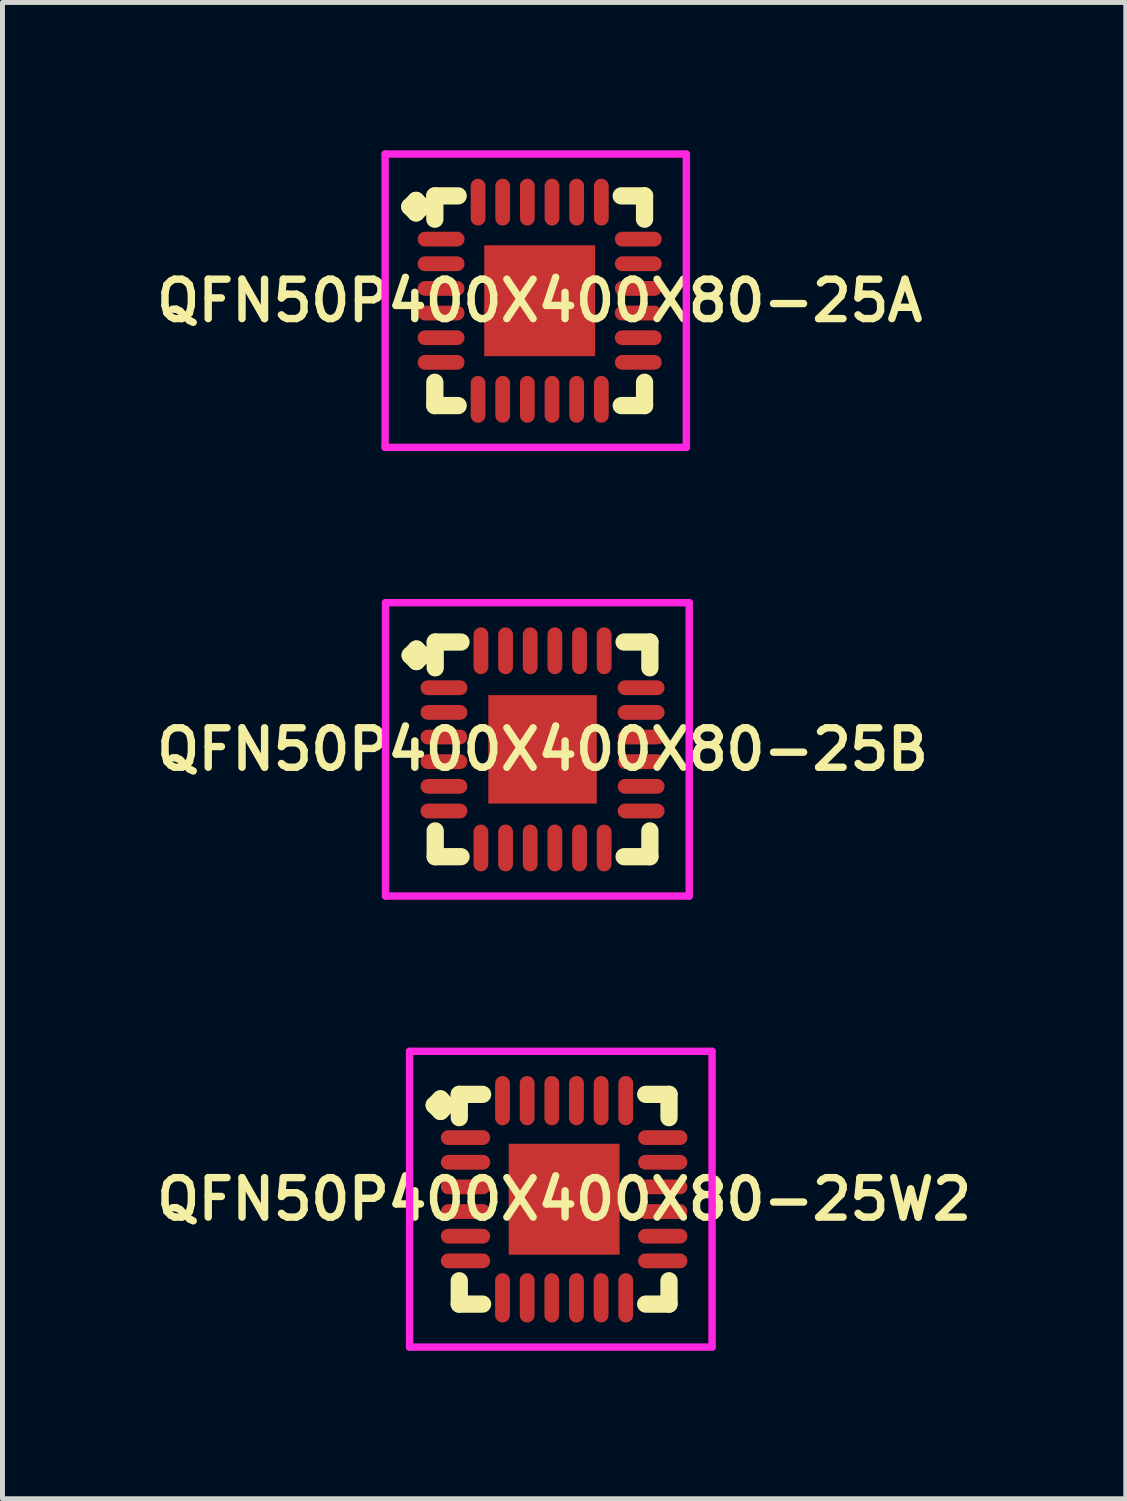
<source format=kicad_pcb>
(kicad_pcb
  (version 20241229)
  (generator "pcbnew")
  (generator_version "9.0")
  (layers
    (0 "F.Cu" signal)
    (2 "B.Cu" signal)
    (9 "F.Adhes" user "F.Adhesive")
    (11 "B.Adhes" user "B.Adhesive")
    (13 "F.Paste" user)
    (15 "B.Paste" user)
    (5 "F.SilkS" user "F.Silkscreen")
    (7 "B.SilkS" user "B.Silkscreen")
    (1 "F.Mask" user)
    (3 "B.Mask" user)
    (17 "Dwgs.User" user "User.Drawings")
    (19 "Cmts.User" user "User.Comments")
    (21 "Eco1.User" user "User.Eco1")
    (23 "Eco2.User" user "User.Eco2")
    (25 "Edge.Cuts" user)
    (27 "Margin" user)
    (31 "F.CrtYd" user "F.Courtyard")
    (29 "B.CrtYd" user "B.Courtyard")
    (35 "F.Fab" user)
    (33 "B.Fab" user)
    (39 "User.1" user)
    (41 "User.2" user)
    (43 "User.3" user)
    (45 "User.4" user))
  (footprint "QFN50P400X400X80-25B"
    (layer "F.Cu")
    (at 7.955 12.15)
    (property "Reference" "QFN50P400X400X80-25B" (at 0 0 0) (layer "F.SilkS") (effects (font (size 0.8 0.8) (thickness 0.15))))
    (attr smd)
    (fp_line (start -2.685 -1.908) (end -2.558 -2.035) (stroke (width 0.35) (type solid)) (layer "F.SilkS"))
    (fp_line (start -2.558 -2.035) (end -2.431 -1.908) (stroke (width 0.35) (type solid)) (layer "F.SilkS"))
    (fp_line (start -2.558 -1.781) (end -2.685 -1.908) (stroke (width 0.35) (type solid)) (layer "F.SilkS"))
    (fp_line (start -2.431 -1.908) (end -2.558 -1.781) (stroke (width 0.35) (type solid)) (layer "F.SilkS"))
    (fp_line (start -2.177 -2.177) (end -1.654 -2.177) (stroke (width 0.35) (type solid)) (layer "F.SilkS"))
    (fp_line (start -2.177 -1.654) (end -2.177 -2.177) (stroke (width 0.35) (type solid)) (layer "F.SilkS"))
    (fp_line (start -2.177 1.654) (end -2.177 2.177) (stroke (width 0.35) (type solid)) (layer "F.SilkS"))
    (fp_line (start -2.177 2.177) (end -1.654 2.177) (stroke (width 0.35) (type solid)) (layer "F.SilkS"))
    (fp_line (start 1.654 -2.177) (end 2.177 -2.177) (stroke (width 0.35) (type solid)) (layer "F.SilkS"))
    (fp_line (start 1.654 2.177) (end 2.177 2.177) (stroke (width 0.35) (type solid)) (layer "F.SilkS"))
    (fp_line (start 2.177 -2.177) (end 2.177 -1.654) (stroke (width 0.35) (type solid)) (layer "F.SilkS"))
    (fp_line (start 2.177 2.177) (end 2.177 1.654) (stroke (width 0.35) (type solid)) (layer "F.SilkS"))
    (fp_line (start -3.185 -2.975) (end 2.975 -2.975) (stroke (width 0.15) (type solid)) (layer "F.CrtYd"))
    (fp_line (start -3.185 2.975) (end -3.185 -2.975) (stroke (width 0.15) (type solid)) (layer "F.CrtYd"))
    (fp_line (start 2.975 -2.975) (end 2.975 2.975) (stroke (width 0.15) (type solid)) (layer "F.CrtYd"))
    (fp_line (start 2.975 2.975) (end -3.185 2.975) (stroke (width 0.15) (type solid)) (layer "F.CrtYd"))
    (pad "1" smd oval (at -2 -1.25) (size 0.95 0.3) (layers "F.Cu" "F.Mask" "F.Paste"))
    (pad "2" smd oval (at -2 -0.75) (size 0.95 0.3) (layers "F.Cu" "F.Mask" "F.Paste"))
    (pad "3" smd oval (at -2 -0.25) (size 0.95 0.3) (layers "F.Cu" "F.Mask" "F.Paste"))
    (pad "4" smd oval (at -2 0.25) (size 0.95 0.3) (layers "F.Cu" "F.Mask" "F.Paste"))
    (pad "5" smd oval (at -2 0.75) (size 0.95 0.3) (layers "F.Cu" "F.Mask" "F.Paste"))
    (pad "6" smd oval (at -2 1.25) (size 0.95 0.3) (layers "F.Cu" "F.Mask" "F.Paste"))
    (pad "7" smd oval (at -1.25 2) (size 0.3 0.95) (layers "F.Cu" "F.Mask" "F.Paste"))
    (pad "8" smd oval (at -0.75 2) (size 0.3 0.95) (layers "F.Cu" "F.Mask" "F.Paste"))
    (pad "9" smd oval (at -0.25 2) (size 0.3 0.95) (layers "F.Cu" "F.Mask" "F.Paste"))
    (pad "10" smd oval (at 0.25 2) (size 0.3 0.95) (layers "F.Cu" "F.Mask" "F.Paste"))
    (pad "11" smd oval (at 0.75 2) (size 0.3 0.95) (layers "F.Cu" "F.Mask" "F.Paste"))
    (pad "12" smd oval (at 1.25 2) (size 0.3 0.95) (layers "F.Cu" "F.Mask" "F.Paste"))
    (pad "13" smd oval (at 2 1.25) (size 0.95 0.3) (layers "F.Cu" "F.Mask" "F.Paste"))
    (pad "14" smd oval (at 2 0.75) (size 0.95 0.3) (layers "F.Cu" "F.Mask" "F.Paste"))
    (pad "15" smd oval (at 2 0.25) (size 0.95 0.3) (layers "F.Cu" "F.Mask" "F.Paste"))
    (pad "16" smd oval (at 2 -0.25) (size 0.95 0.3) (layers "F.Cu" "F.Mask" "F.Paste"))
    (pad "17" smd oval (at 2 -0.75) (size 0.95 0.3) (layers "F.Cu" "F.Mask" "F.Paste"))
    (pad "18" smd oval (at 2 -1.25) (size 0.95 0.3) (layers "F.Cu" "F.Mask" "F.Paste"))
    (pad "19" smd oval (at 1.25 -2) (size 0.3 0.95) (layers "F.Cu" "F.Mask" "F.Paste"))
    (pad "20" smd oval (at 0.75 -2) (size 0.3 0.95) (layers "F.Cu" "F.Mask" "F.Paste"))
    (pad "21" smd oval (at 0.25 -2) (size 0.3 0.95) (layers "F.Cu" "F.Mask" "F.Paste"))
    (pad "22" smd oval (at -0.25 -2) (size 0.3 0.95) (layers "F.Cu" "F.Mask" "F.Paste"))
    (pad "23" smd oval (at -0.75 -2) (size 0.3 0.95) (layers "F.Cu" "F.Mask" "F.Paste"))
    (pad "24" smd oval (at -1.25 -2) (size 0.3 0.95) (layers "F.Cu" "F.Mask" "F.Paste"))
    (pad "25" smd rect (at 0 0) (size 2.2 2.2) (layers "F.Cu" "F.Mask" "F.Paste")))
  (footprint "QFN50P400X400X80-25A"
    (layer "F.Cu")
    (at 7.897 3.05)
    (property "Reference" "QFN50P400X400X80-25A" (at 0 0 0) (layer "F.SilkS") (effects (font (size 0.8 0.8) (thickness 0.15))))
    (attr smd)
    (fp_line (start -2.635 -1.908) (end -2.508 -2.035) (stroke (width 0.35) (type solid)) (layer "F.SilkS"))
    (fp_line (start -2.508 -2.035) (end -2.381 -1.908) (stroke (width 0.35) (type solid)) (layer "F.SilkS"))
    (fp_line (start -2.508 -1.781) (end -2.635 -1.908) (stroke (width 0.35) (type solid)) (layer "F.SilkS"))
    (fp_line (start -2.381 -1.908) (end -2.508 -1.781) (stroke (width 0.35) (type solid)) (layer "F.SilkS"))
    (fp_line (start -2.127 -2.127) (end -1.654 -2.127) (stroke (width 0.35) (type solid)) (layer "F.SilkS"))
    (fp_line (start -2.127 -1.654) (end -2.127 -2.127) (stroke (width 0.35) (type solid)) (layer "F.SilkS"))
    (fp_line (start -2.127 1.654) (end -2.127 2.127) (stroke (width 0.35) (type solid)) (layer "F.SilkS"))
    (fp_line (start -2.127 2.127) (end -1.654 2.127) (stroke (width 0.35) (type solid)) (layer "F.SilkS"))
    (fp_line (start 1.654 -2.127) (end 2.127 -2.127) (stroke (width 0.35) (type solid)) (layer "F.SilkS"))
    (fp_line (start 1.654 2.127) (end 2.127 2.127) (stroke (width 0.35) (type solid)) (layer "F.SilkS"))
    (fp_line (start 2.127 -2.127) (end 2.127 -1.654) (stroke (width 0.35) (type solid)) (layer "F.SilkS"))
    (fp_line (start 2.127 2.127) (end 2.127 1.654) (stroke (width 0.35) (type solid)) (layer "F.SilkS"))
    (fp_line (start -3.135 -2.975) (end 2.975 -2.975) (stroke (width 0.15) (type solid)) (layer "F.CrtYd"))
    (fp_line (start -3.135 2.975) (end -3.135 -2.975) (stroke (width 0.15) (type solid)) (layer "F.CrtYd"))
    (fp_line (start 2.975 -2.975) (end 2.975 2.975) (stroke (width 0.15) (type solid)) (layer "F.CrtYd"))
    (fp_line (start 2.975 2.975) (end -3.135 2.975) (stroke (width 0.15) (type solid)) (layer "F.CrtYd"))
    (pad "1" smd oval (at -2 -1.25) (size 0.95 0.3) (layers "F.Cu" "F.Mask" "F.Paste"))
    (pad "2" smd oval (at -2 -0.75) (size 0.95 0.3) (layers "F.Cu" "F.Mask" "F.Paste"))
    (pad "3" smd oval (at -2 -0.25) (size 0.95 0.3) (layers "F.Cu" "F.Mask" "F.Paste"))
    (pad "4" smd oval (at -2 0.25) (size 0.95 0.3) (layers "F.Cu" "F.Mask" "F.Paste"))
    (pad "5" smd oval (at -2 0.75) (size 0.95 0.3) (layers "F.Cu" "F.Mask" "F.Paste"))
    (pad "6" smd oval (at -2 1.25) (size 0.95 0.3) (layers "F.Cu" "F.Mask" "F.Paste"))
    (pad "7" smd oval (at -1.25 2) (size 0.3 0.95) (layers "F.Cu" "F.Mask" "F.Paste"))
    (pad "8" smd oval (at -0.75 2) (size 0.3 0.95) (layers "F.Cu" "F.Mask" "F.Paste"))
    (pad "9" smd oval (at -0.25 2) (size 0.3 0.95) (layers "F.Cu" "F.Mask" "F.Paste"))
    (pad "10" smd oval (at 0.25 2) (size 0.3 0.95) (layers "F.Cu" "F.Mask" "F.Paste"))
    (pad "11" smd oval (at 0.75 2) (size 0.3 0.95) (layers "F.Cu" "F.Mask" "F.Paste"))
    (pad "12" smd oval (at 1.25 2) (size 0.3 0.95) (layers "F.Cu" "F.Mask" "F.Paste"))
    (pad "13" smd oval (at 2 1.25) (size 0.95 0.3) (layers "F.Cu" "F.Mask" "F.Paste"))
    (pad "14" smd oval (at 2 0.75) (size 0.95 0.3) (layers "F.Cu" "F.Mask" "F.Paste"))
    (pad "15" smd oval (at 2 0.25) (size 0.95 0.3) (layers "F.Cu" "F.Mask" "F.Paste"))
    (pad "16" smd oval (at 2 -0.25) (size 0.95 0.3) (layers "F.Cu" "F.Mask" "F.Paste"))
    (pad "17" smd oval (at 2 -0.75) (size 0.95 0.3) (layers "F.Cu" "F.Mask" "F.Paste"))
    (pad "18" smd oval (at 2 -1.25) (size 0.95 0.3) (layers "F.Cu" "F.Mask" "F.Paste"))
    (pad "19" smd oval (at 1.25 -2) (size 0.3 0.95) (layers "F.Cu" "F.Mask" "F.Paste"))
    (pad "20" smd oval (at 0.75 -2) (size 0.3 0.95) (layers "F.Cu" "F.Mask" "F.Paste"))
    (pad "21" smd oval (at 0.25 -2) (size 0.3 0.95) (layers "F.Cu" "F.Mask" "F.Paste"))
    (pad "22" smd oval (at -0.25 -2) (size 0.3 0.95) (layers "F.Cu" "F.Mask" "F.Paste"))
    (pad "23" smd oval (at -0.75 -2) (size 0.3 0.95) (layers "F.Cu" "F.Mask" "F.Paste"))
    (pad "24" smd oval (at -1.25 -2) (size 0.3 0.95) (layers "F.Cu" "F.Mask" "F.Paste"))
    (pad "25" smd rect (at 0 0) (size 2.25 2.25) (layers "F.Cu" "F.Mask" "F.Paste")))
  (footprint "QFN50P400X400X80-25W2"
    (layer "F.Cu")
    (at 8.393 21.275)
    (property "Reference" "QFN50P400X400X80-25W2" (at 0 0 0) (layer "F.SilkS") (effects (font (size 0.8 0.8) (thickness 0.15))))
    (attr smd)
    (fp_line (start -2.635 -1.908) (end -2.508 -2.035) (stroke (width 0.35) (type solid)) (layer "F.SilkS"))
    (fp_line (start -2.508 -2.035) (end -2.381 -1.908) (stroke (width 0.35) (type solid)) (layer "F.SilkS"))
    (fp_line (start -2.508 -1.781) (end -2.635 -1.908) (stroke (width 0.35) (type solid)) (layer "F.SilkS"))
    (fp_line (start -2.381 -1.908) (end -2.508 -1.781) (stroke (width 0.35) (type solid)) (layer "F.SilkS"))
    (fp_line (start -2.127 -2.127) (end -1.654 -2.127) (stroke (width 0.35) (type solid)) (layer "F.SilkS"))
    (fp_line (start -2.127 -1.654) (end -2.127 -2.127) (stroke (width 0.35) (type solid)) (layer "F.SilkS"))
    (fp_line (start -2.127 1.654) (end -2.127 2.127) (stroke (width 0.35) (type solid)) (layer "F.SilkS"))
    (fp_line (start -2.127 2.127) (end -1.654 2.127) (stroke (width 0.35) (type solid)) (layer "F.SilkS"))
    (fp_line (start 1.654 -2.127) (end 2.127 -2.127) (stroke (width 0.35) (type solid)) (layer "F.SilkS"))
    (fp_line (start 1.654 2.127) (end 2.127 2.127) (stroke (width 0.35) (type solid)) (layer "F.SilkS"))
    (fp_line (start 2.127 -2.127) (end 2.127 -1.654) (stroke (width 0.35) (type solid)) (layer "F.SilkS"))
    (fp_line (start 2.127 2.127) (end 2.127 1.654) (stroke (width 0.35) (type solid)) (layer "F.SilkS"))
    (fp_line (start -3.135 -3) (end 3 -3) (stroke (width 0.15) (type solid)) (layer "F.CrtYd"))
    (fp_line (start -3.135 3) (end -3.135 -3) (stroke (width 0.15) (type solid)) (layer "F.CrtYd"))
    (fp_line (start 3 -3) (end 3 3) (stroke (width 0.15) (type solid)) (layer "F.CrtYd"))
    (fp_line (start 3 3) (end -3.135 3) (stroke (width 0.15) (type solid)) (layer "F.CrtYd"))
    (pad "1" smd oval (at -2 -1.25) (size 1 0.3) (layers "F.Cu" "F.Mask" "F.Paste"))
    (pad "2" smd oval (at -2 -0.75) (size 1 0.3) (layers "F.Cu" "F.Mask" "F.Paste"))
    (pad "3" smd oval (at -2 -0.25) (size 1 0.3) (layers "F.Cu" "F.Mask" "F.Paste"))
    (pad "4" smd oval (at -2 0.25) (size 1 0.3) (layers "F.Cu" "F.Mask" "F.Paste"))
    (pad "5" smd oval (at -2 0.75) (size 1 0.3) (layers "F.Cu" "F.Mask" "F.Paste"))
    (pad "6" smd oval (at -2 1.25) (size 1 0.3) (layers "F.Cu" "F.Mask" "F.Paste"))
    (pad "7" smd oval (at -1.25 2) (size 0.3 1) (layers "F.Cu" "F.Mask" "F.Paste"))
    (pad "8" smd oval (at -0.75 2) (size 0.3 1) (layers "F.Cu" "F.Mask" "F.Paste"))
    (pad "9" smd oval (at -0.25 2) (size 0.3 1) (layers "F.Cu" "F.Mask" "F.Paste"))
    (pad "10" smd oval (at 0.25 2) (size 0.3 1) (layers "F.Cu" "F.Mask" "F.Paste"))
    (pad "11" smd oval (at 0.75 2) (size 0.3 1) (layers "F.Cu" "F.Mask" "F.Paste"))
    (pad "12" smd oval (at 1.25 2) (size 0.3 1) (layers "F.Cu" "F.Mask" "F.Paste"))
    (pad "13" smd oval (at 2 1.25) (size 1 0.3) (layers "F.Cu" "F.Mask" "F.Paste"))
    (pad "14" smd oval (at 2 0.75) (size 1 0.3) (layers "F.Cu" "F.Mask" "F.Paste"))
    (pad "15" smd oval (at 2 0.25) (size 1 0.3) (layers "F.Cu" "F.Mask" "F.Paste"))
    (pad "16" smd oval (at 2 -0.25) (size 1 0.3) (layers "F.Cu" "F.Mask" "F.Paste"))
    (pad "17" smd oval (at 2 -0.75) (size 1 0.3) (layers "F.Cu" "F.Mask" "F.Paste"))
    (pad "18" smd oval (at 2 -1.25) (size 1 0.3) (layers "F.Cu" "F.Mask" "F.Paste"))
    (pad "19" smd oval (at 1.25 -2) (size 0.3 1) (layers "F.Cu" "F.Mask" "F.Paste"))
    (pad "20" smd oval (at 0.75 -2) (size 0.3 1) (layers "F.Cu" "F.Mask" "F.Paste"))
    (pad "21" smd oval (at 0.25 -2) (size 0.3 1) (layers "F.Cu" "F.Mask" "F.Paste"))
    (pad "22" smd oval (at -0.25 -2) (size 0.3 1) (layers "F.Cu" "F.Mask" "F.Paste"))
    (pad "23" smd oval (at -0.75 -2) (size 0.3 1) (layers "F.Cu" "F.Mask" "F.Paste"))
    (pad "24" smd oval (at -1.25 -2) (size 0.3 1) (layers "F.Cu" "F.Mask" "F.Paste"))
    (pad "25" smd rect (at 0 0) (size 2.25 2.25) (layers "F.Cu" "F.Mask" "F.Paste")))
  (gr_rect
    (start -3 -3)
    (end 19.785 27.35)
    (stroke (width 0.1) (type default))
    (fill no)
    (layer "Edge.Cuts")))
</source>
